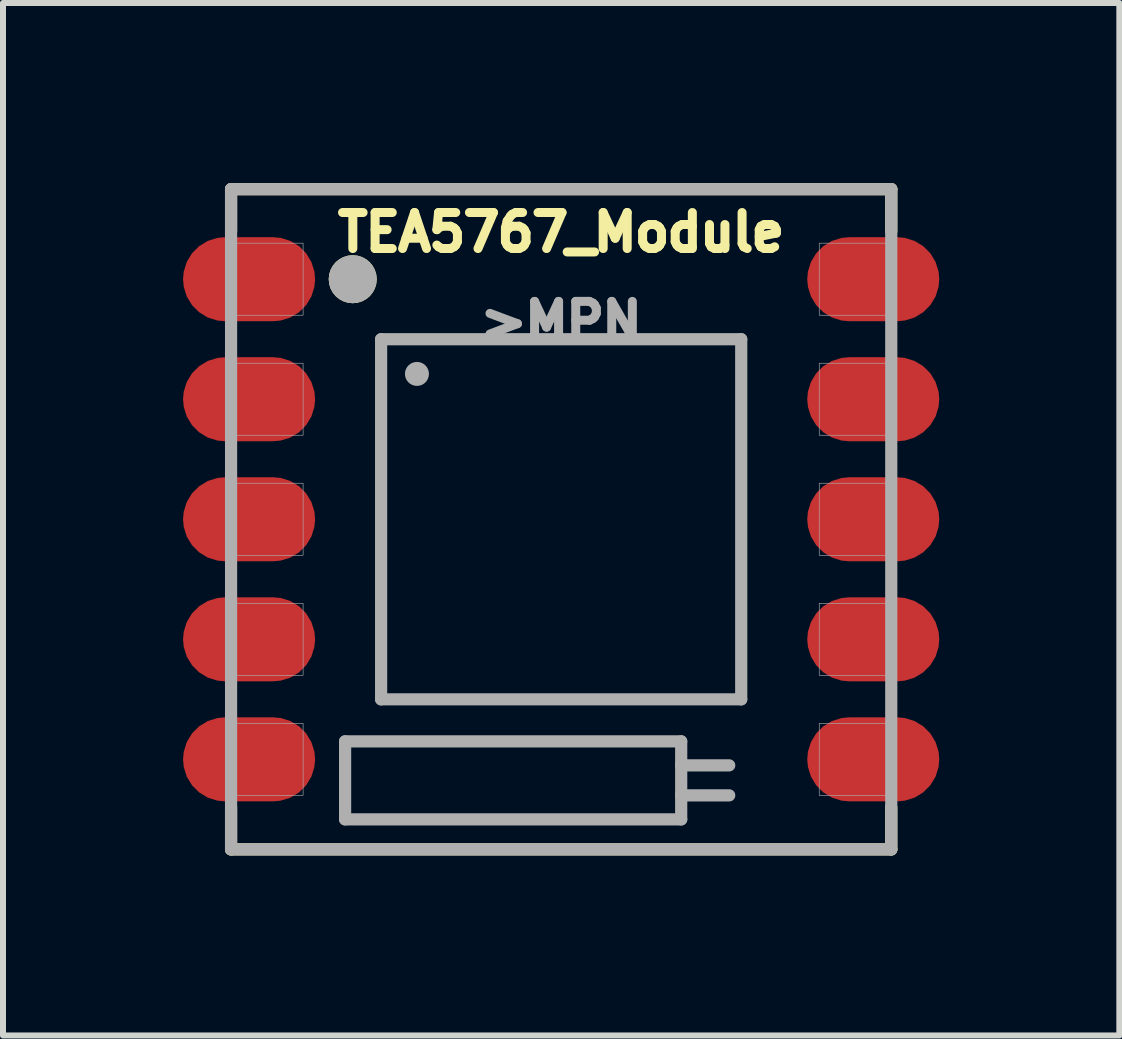
<source format=kicad_pcb>
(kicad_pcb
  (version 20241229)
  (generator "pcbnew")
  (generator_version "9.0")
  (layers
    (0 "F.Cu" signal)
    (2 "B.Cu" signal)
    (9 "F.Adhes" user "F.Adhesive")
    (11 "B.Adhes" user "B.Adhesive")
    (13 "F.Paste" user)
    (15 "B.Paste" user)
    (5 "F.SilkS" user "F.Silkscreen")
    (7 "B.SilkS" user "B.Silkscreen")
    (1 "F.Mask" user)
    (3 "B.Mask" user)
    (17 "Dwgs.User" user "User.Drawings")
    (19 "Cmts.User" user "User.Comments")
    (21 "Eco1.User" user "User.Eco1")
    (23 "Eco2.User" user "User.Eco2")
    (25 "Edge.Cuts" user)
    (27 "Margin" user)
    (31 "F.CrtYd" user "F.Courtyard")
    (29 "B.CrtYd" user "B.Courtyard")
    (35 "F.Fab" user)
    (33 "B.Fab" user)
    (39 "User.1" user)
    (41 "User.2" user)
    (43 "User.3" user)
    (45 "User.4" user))
  (footprint "TEA5767_Module"
    (layer "F.Cu")
    (at 6.3 5.602)
    (property "Reference" "TEA5767_Module" (at 0 -4.781 0) (layer "F.SilkS") (effects (font (size 0.6 0.6) (thickness 0.15))))
    (attr through_hole)
    (fp_line (start -5.5 -5.5) (end 5.5 -5.5) (stroke (width 0.203) (type solid)) (layer "F.SilkS"))
    (fp_line (start -5.5 -4.8) (end -5.5 -5.5) (stroke (width 0.203) (type solid)) (layer "F.SilkS"))
    (fp_line (start -5.5 4.8) (end -5.5 5.5) (stroke (width 0.203) (type solid)) (layer "F.SilkS"))
    (fp_line (start -5.5 5.5) (end 5.5 5.5) (stroke (width 0.203) (type solid)) (layer "F.SilkS"))
    (fp_line (start 5.5 -5.5) (end 5.5 -4.8) (stroke (width 0.203) (type solid)) (layer "F.SilkS"))
    (fp_line (start 5.5 5.5) (end 5.5 4.8) (stroke (width 0.203) (type solid)) (layer "F.SilkS"))
    (fp_circle (center -3.473 -4) (end -3.273 -4) (stroke (width 0.4) (type solid)) (fill no) (layer "F.SilkS"))
    (fp_line (start -5.5 -5.5) (end 5.5 -5.5) (stroke (width 0.203) (type solid)) (layer "F.Fab"))
    (fp_line (start -5.5 5.5) (end -5.5 -5.5) (stroke (width 0.203) (type solid)) (layer "F.Fab"))
    (fp_line (start -3.6 3.7) (end -3.6 5) (stroke (width 0.203) (type solid)) (layer "F.Fab"))
    (fp_line (start -3.6 5) (end 2 5) (stroke (width 0.203) (type solid)) (layer "F.Fab"))
    (fp_line (start -3 -3) (end -3 3) (stroke (width 0.203) (type solid)) (layer "F.Fab"))
    (fp_line (start -3 3) (end 3 3) (stroke (width 0.203) (type solid)) (layer "F.Fab"))
    (fp_line (start 2 3.7) (end -3.6 3.7) (stroke (width 0.203) (type solid)) (layer "F.Fab"))
    (fp_line (start 2 4.1) (end 2 3.7) (stroke (width 0.203) (type solid)) (layer "F.Fab"))
    (fp_line (start 2 4.1) (end 2.8 4.1) (stroke (width 0.203) (type solid)) (layer "F.Fab"))
    (fp_line (start 2 4.6) (end 2 4.1) (stroke (width 0.203) (type solid)) (layer "F.Fab"))
    (fp_line (start 2 4.6) (end 2.8 4.6) (stroke (width 0.203) (type solid)) (layer "F.Fab"))
    (fp_line (start 2 5) (end 2 4.6) (stroke (width 0.203) (type solid)) (layer "F.Fab"))
    (fp_line (start 3 -3) (end -3 -3) (stroke (width 0.203) (type solid)) (layer "F.Fab"))
    (fp_line (start 3 3) (end 3 -3) (stroke (width 0.203) (type solid)) (layer "F.Fab"))
    (fp_line (start 5.5 -5.5) (end 5.5 5.5) (stroke (width 0.203) (type solid)) (layer "F.Fab"))
    (fp_line (start 5.5 5.5) (end -5.5 5.5) (stroke (width 0.203) (type solid)) (layer "F.Fab"))
    (fp_circle (center -3.473 -4) (end -3.273 -4) (stroke (width 0.4) (type solid)) (fill no) (layer "F.Fab"))
    (fp_circle (center -2.403 -2.422) (end -2.303 -2.422) (stroke (width 0.2) (type solid)) (fill no) (layer "F.Fab"))
    (fp_poly (pts (xy -5.5 -4.6) (xy -4.3 -4.6) (xy -4.3 -3.4) (xy -5.5 -3.4)) (stroke (width 0.01) (type solid)) (fill no) (layer "F.Fab"))
    (fp_poly (pts (xy -5.5 -2.6) (xy -4.3 -2.6) (xy -4.3 -1.4) (xy -5.5 -1.4)) (stroke (width 0.01) (type solid)) (fill no) (layer "F.Fab"))
    (fp_poly (pts (xy -5.5 -0.6) (xy -4.3 -0.6) (xy -4.3 0.6) (xy -5.5 0.6)) (stroke (width 0.01) (type solid)) (fill no) (layer "F.Fab"))
    (fp_poly (pts (xy -5.5 1.4) (xy -4.3 1.4) (xy -4.3 2.6) (xy -5.5 2.6)) (stroke (width 0.01) (type solid)) (fill no) (layer "F.Fab"))
    (fp_poly (pts (xy -5.5 3.4) (xy -4.3 3.4) (xy -4.3 4.6) (xy -5.5 4.6)) (stroke (width 0.01) (type solid)) (fill no) (layer "F.Fab"))
    (fp_poly (pts (xy 4.3 -4.6) (xy 5.5 -4.6) (xy 5.5 -3.4) (xy 4.3 -3.4)) (stroke (width 0.01) (type solid)) (fill no) (layer "F.Fab"))
    (fp_poly (pts (xy 4.3 -2.6) (xy 5.5 -2.6) (xy 5.5 -1.4) (xy 4.3 -1.4)) (stroke (width 0.01) (type solid)) (fill no) (layer "F.Fab"))
    (fp_poly (pts (xy 4.3 -0.6) (xy 5.5 -0.6) (xy 5.5 0.6) (xy 4.3 0.6)) (stroke (width 0.01) (type solid)) (fill no) (layer "F.Fab"))
    (fp_poly (pts (xy 4.3 1.4) (xy 5.5 1.4) (xy 5.5 2.6) (xy 4.3 2.6)) (stroke (width 0.01) (type solid)) (fill no) (layer "F.Fab"))
    (fp_poly (pts (xy 4.3 3.4) (xy 5.5 3.4) (xy 5.5 4.6) (xy 4.3 4.6)) (stroke (width 0.01) (type solid)) (fill no) (layer "F.Fab"))
    (fp_text user ">MPN" (at 0 -3.3 0) (layer "F.Fab") (effects (font (size 0.6 0.6) (thickness 0.15))))
    (pad "1" smd roundrect (at -5.2 -4) (size 2.2 1.4) (layers "F.Cu" "F.Mask" "F.Paste") (roundrect_rratio 0.5))
    (pad "2" smd roundrect (at -5.2 -2) (size 2.2 1.4) (layers "F.Cu" "F.Mask" "F.Paste") (roundrect_rratio 0.5))
    (pad "3" smd roundrect (at -5.2 0) (size 2.2 1.4) (layers "F.Cu" "F.Mask" "F.Paste") (roundrect_rratio 0.5))
    (pad "4" smd roundrect (at -5.2 2) (size 2.2 1.4) (layers "F.Cu" "F.Mask" "F.Paste") (roundrect_rratio 0.5))
    (pad "5" smd roundrect (at -5.2 4) (size 2.2 1.4) (layers "F.Cu" "F.Mask" "F.Paste") (roundrect_rratio 0.5))
    (pad "6" smd roundrect (at 5.2 4) (size 2.2 1.4) (layers "F.Cu" "F.Mask" "F.Paste") (roundrect_rratio 0.5))
    (pad "7" smd roundrect (at 5.2 2) (size 2.2 1.4) (layers "F.Cu" "F.Mask" "F.Paste") (roundrect_rratio 0.5))
    (pad "8" smd roundrect (at 5.2 0) (size 2.2 1.4) (layers "F.Cu" "F.Mask" "F.Paste") (roundrect_rratio 0.5))
    (pad "9" smd roundrect (at 5.2 -2) (size 2.2 1.4) (layers "F.Cu" "F.Mask" "F.Paste") (roundrect_rratio 0.5))
    (pad "10" smd roundrect (at 5.2 -4) (size 2.2 1.4) (layers "F.Cu" "F.Mask" "F.Paste") (roundrect_rratio 0.5)))
  (gr_rect
    (start -3 -3)
    (end 15.6 14.203)
    (stroke (width 0.1) (type default))
    (fill no)
    (layer "Edge.Cuts")))
</source>
